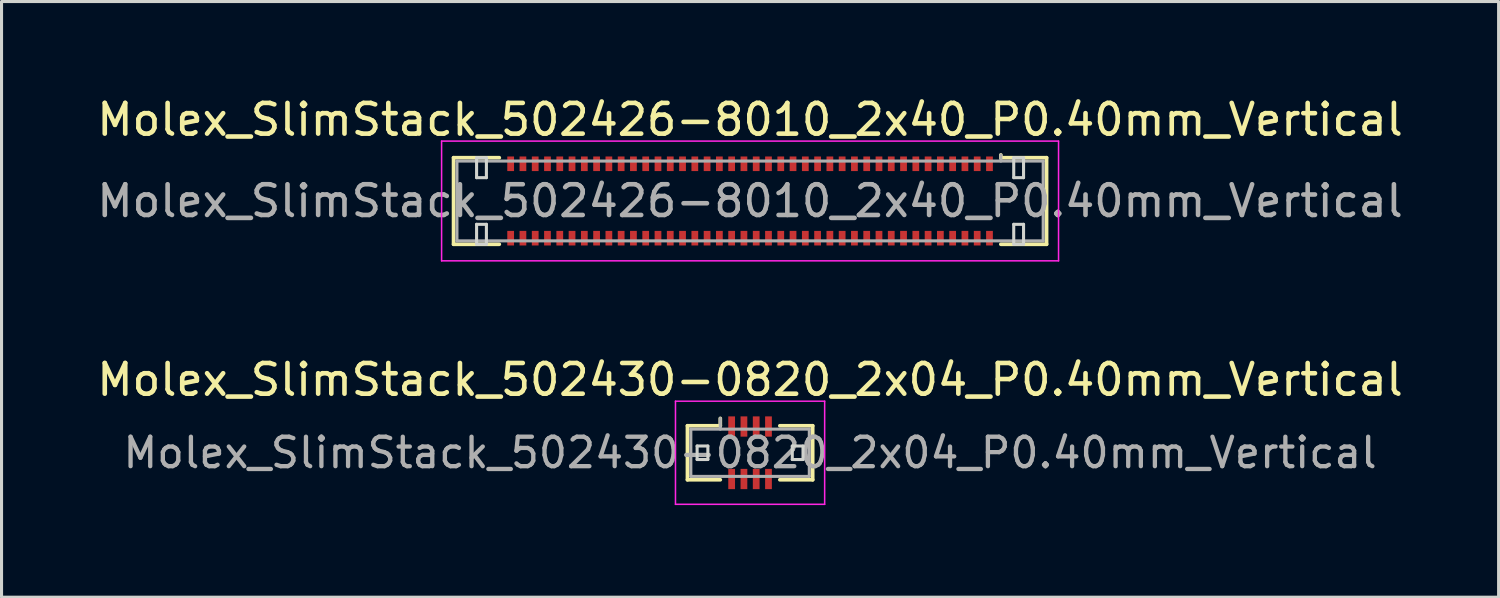
<source format=kicad_pcb>
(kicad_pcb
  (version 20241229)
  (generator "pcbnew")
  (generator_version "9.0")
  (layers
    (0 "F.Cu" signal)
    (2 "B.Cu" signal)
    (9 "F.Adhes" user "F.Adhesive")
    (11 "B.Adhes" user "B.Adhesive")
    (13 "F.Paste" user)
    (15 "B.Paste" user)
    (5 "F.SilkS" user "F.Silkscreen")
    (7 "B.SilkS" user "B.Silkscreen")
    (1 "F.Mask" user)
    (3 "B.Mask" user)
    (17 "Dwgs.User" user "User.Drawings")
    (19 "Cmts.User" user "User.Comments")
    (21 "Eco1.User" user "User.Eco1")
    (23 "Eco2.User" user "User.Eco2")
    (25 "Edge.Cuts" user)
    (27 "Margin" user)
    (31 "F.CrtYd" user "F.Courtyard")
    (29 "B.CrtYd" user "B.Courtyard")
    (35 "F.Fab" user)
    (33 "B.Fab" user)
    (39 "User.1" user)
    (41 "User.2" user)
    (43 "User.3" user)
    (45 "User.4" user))
  (footprint "Molex_SlimStack_502426-8010_2x40_P0.40mm_Vertical"
    (layer "F.Cu")
    (at 21.387 3.498)
    (property "Reference" "Molex_SlimStack_502426-8010_2x40_P0.40mm_Vertical" (at 0 -2.65 0) (layer "F.SilkS") (effects (font (size 1 1) (thickness 0.15))))
    (attr smd)
    (fp_line (start -9.66 -1.41) (end -8.17 -1.41) (stroke (width 0.12) (type solid)) (layer "F.SilkS"))
    (fp_line (start -9.66 1.41) (end -9.66 -1.41) (stroke (width 0.12) (type solid)) (layer "F.SilkS"))
    (fp_line (start -8.17 1.41) (end -9.66 1.41) (stroke (width 0.12) (type solid)) (layer "F.SilkS"))
    (fp_line (start 8.17 -1.41) (end 8.17 -1.5) (stroke (width 0.12) (type solid)) (layer "F.SilkS"))
    (fp_line (start 8.17 1.41) (end 9.66 1.41) (stroke (width 0.12) (type solid)) (layer "F.SilkS"))
    (fp_line (start 9.66 -1.41) (end 8.17 -1.41) (stroke (width 0.12) (type solid)) (layer "F.SilkS"))
    (fp_line (start 9.66 1.41) (end 9.66 -1.41) (stroke (width 0.12) (type solid)) (layer "F.SilkS"))
    (fp_line (start -8.91 -1.41) (end -8.91 -0.76) (stroke (width 0.1) (type solid)) (layer "Edge.Cuts"))
    (fp_line (start -8.91 -0.76) (end -8.59 -0.76) (stroke (width 0.1) (type solid)) (layer "Edge.Cuts"))
    (fp_line (start -8.91 0.76) (end -8.91 1.41) (stroke (width 0.1) (type solid)) (layer "Edge.Cuts"))
    (fp_line (start -8.91 1.41) (end -8.59 1.41) (stroke (width 0.1) (type solid)) (layer "Edge.Cuts"))
    (fp_line (start -8.59 -1.41) (end -8.91 -1.41) (stroke (width 0.1) (type solid)) (layer "Edge.Cuts"))
    (fp_line (start -8.59 -0.76) (end -8.59 -1.41) (stroke (width 0.1) (type solid)) (layer "Edge.Cuts"))
    (fp_line (start -8.59 0.76) (end -8.91 0.76) (stroke (width 0.1) (type solid)) (layer "Edge.Cuts"))
    (fp_line (start -8.59 1.41) (end -8.59 0.76) (stroke (width 0.1) (type solid)) (layer "Edge.Cuts"))
    (fp_line (start 8.59 -1.41) (end 8.59 -0.76) (stroke (width 0.1) (type solid)) (layer "Edge.Cuts"))
    (fp_line (start 8.59 -0.76) (end 8.91 -0.76) (stroke (width 0.1) (type solid)) (layer "Edge.Cuts"))
    (fp_line (start 8.59 0.76) (end 8.59 1.41) (stroke (width 0.1) (type solid)) (layer "Edge.Cuts"))
    (fp_line (start 8.59 1.41) (end 8.91 1.41) (stroke (width 0.1) (type solid)) (layer "Edge.Cuts"))
    (fp_line (start 8.91 -1.41) (end 8.59 -1.41) (stroke (width 0.1) (type solid)) (layer "Edge.Cuts"))
    (fp_line (start 8.91 -0.76) (end 8.91 -1.41) (stroke (width 0.1) (type solid)) (layer "Edge.Cuts"))
    (fp_line (start 8.91 0.76) (end 8.59 0.76) (stroke (width 0.1) (type solid)) (layer "Edge.Cuts"))
    (fp_line (start 8.91 1.41) (end 8.91 0.76) (stroke (width 0.1) (type solid)) (layer "Edge.Cuts"))
    (fp_line (start -10.05 -1.95) (end -10.05 1.95) (stroke (width 0.05) (type solid)) (layer "F.CrtYd"))
    (fp_line (start -10.05 1.95) (end 10.05 1.95) (stroke (width 0.05) (type solid)) (layer "F.CrtYd"))
    (fp_line (start 10.05 -1.95) (end -10.05 -1.95) (stroke (width 0.05) (type solid)) (layer "F.CrtYd"))
    (fp_line (start 10.05 1.95) (end 10.05 -1.95) (stroke (width 0.05) (type solid)) (layer "F.CrtYd"))
    (fp_line (start -9.55 -1.3) (end -9.55 1.3) (stroke (width 0.1) (type solid)) (layer "F.Fab"))
    (fp_line (start -9.55 1.3) (end 9.55 1.3) (stroke (width 0.1) (type solid)) (layer "F.Fab"))
    (fp_line (start 8.17 -1.3) (end 8.17 -1.5) (stroke (width 0.1) (type solid)) (layer "F.Fab"))
    (fp_line (start 9.55 -1.3) (end -9.55 -1.3) (stroke (width 0.1) (type solid)) (layer "F.Fab"))
    (fp_line (start 9.55 1.3) (end 9.55 -1.3) (stroke (width 0.1) (type solid)) (layer "F.Fab"))
    (fp_text user "${REFERENCE}" (at 0 0 0) (layer "F.Fab") (effects (font (size 1 1) (thickness 0.15))))
    (pad "1" smd rect (at 7.8 -1.212) (size 0.22 0.475) (layers "F.Cu" "F.Mask" "F.Paste"))
    (pad "2" smd rect (at 7.8 1.212) (size 0.22 0.475) (layers "F.Cu" "F.Mask" "F.Paste"))
    (pad "3" smd rect (at 7.4 -1.212) (size 0.22 0.475) (layers "F.Cu" "F.Mask" "F.Paste"))
    (pad "4" smd rect (at 7.4 1.212) (size 0.22 0.475) (layers "F.Cu" "F.Mask" "F.Paste"))
    (pad "5" smd rect (at 7 -1.212) (size 0.22 0.475) (layers "F.Cu" "F.Mask" "F.Paste"))
    (pad "6" smd rect (at 7 1.212) (size 0.22 0.475) (layers "F.Cu" "F.Mask" "F.Paste"))
    (pad "7" smd rect (at 6.6 -1.212) (size 0.22 0.475) (layers "F.Cu" "F.Mask" "F.Paste"))
    (pad "8" smd rect (at 6.6 1.212) (size 0.22 0.475) (layers "F.Cu" "F.Mask" "F.Paste"))
    (pad "9" smd rect (at 6.2 -1.212) (size 0.22 0.475) (layers "F.Cu" "F.Mask" "F.Paste"))
    (pad "10" smd rect (at 6.2 1.212) (size 0.22 0.475) (layers "F.Cu" "F.Mask" "F.Paste"))
    (pad "11" smd rect (at 5.8 -1.212) (size 0.22 0.475) (layers "F.Cu" "F.Mask" "F.Paste"))
    (pad "12" smd rect (at 5.8 1.212) (size 0.22 0.475) (layers "F.Cu" "F.Mask" "F.Paste"))
    (pad "13" smd rect (at 5.4 -1.212) (size 0.22 0.475) (layers "F.Cu" "F.Mask" "F.Paste"))
    (pad "14" smd rect (at 5.4 1.212) (size 0.22 0.475) (layers "F.Cu" "F.Mask" "F.Paste"))
    (pad "15" smd rect (at 5 -1.212) (size 0.22 0.475) (layers "F.Cu" "F.Mask" "F.Paste"))
    (pad "16" smd rect (at 5 1.212) (size 0.22 0.475) (layers "F.Cu" "F.Mask" "F.Paste"))
    (pad "17" smd rect (at 4.6 -1.212) (size 0.22 0.475) (layers "F.Cu" "F.Mask" "F.Paste"))
    (pad "18" smd rect (at 4.6 1.212) (size 0.22 0.475) (layers "F.Cu" "F.Mask" "F.Paste"))
    (pad "19" smd rect (at 4.2 -1.212) (size 0.22 0.475) (layers "F.Cu" "F.Mask" "F.Paste"))
    (pad "20" smd rect (at 4.2 1.212) (size 0.22 0.475) (layers "F.Cu" "F.Mask" "F.Paste"))
    (pad "21" smd rect (at 3.8 -1.212) (size 0.22 0.475) (layers "F.Cu" "F.Mask" "F.Paste"))
    (pad "22" smd rect (at 3.8 1.212) (size 0.22 0.475) (layers "F.Cu" "F.Mask" "F.Paste"))
    (pad "23" smd rect (at 3.4 -1.212) (size 0.22 0.475) (layers "F.Cu" "F.Mask" "F.Paste"))
    (pad "24" smd rect (at 3.4 1.212) (size 0.22 0.475) (layers "F.Cu" "F.Mask" "F.Paste"))
    (pad "25" smd rect (at 3 -1.212) (size 0.22 0.475) (layers "F.Cu" "F.Mask" "F.Paste"))
    (pad "26" smd rect (at 3 1.212) (size 0.22 0.475) (layers "F.Cu" "F.Mask" "F.Paste"))
    (pad "27" smd rect (at 2.6 -1.212) (size 0.22 0.475) (layers "F.Cu" "F.Mask" "F.Paste"))
    (pad "28" smd rect (at 2.6 1.212) (size 0.22 0.475) (layers "F.Cu" "F.Mask" "F.Paste"))
    (pad "29" smd rect (at 2.2 -1.212) (size 0.22 0.475) (layers "F.Cu" "F.Mask" "F.Paste"))
    (pad "30" smd rect (at 2.2 1.212) (size 0.22 0.475) (layers "F.Cu" "F.Mask" "F.Paste"))
    (pad "31" smd rect (at 1.8 -1.212) (size 0.22 0.475) (layers "F.Cu" "F.Mask" "F.Paste"))
    (pad "32" smd rect (at 1.8 1.212) (size 0.22 0.475) (layers "F.Cu" "F.Mask" "F.Paste"))
    (pad "33" smd rect (at 1.4 -1.212) (size 0.22 0.475) (layers "F.Cu" "F.Mask" "F.Paste"))
    (pad "34" smd rect (at 1.4 1.212) (size 0.22 0.475) (layers "F.Cu" "F.Mask" "F.Paste"))
    (pad "35" smd rect (at 1 -1.212) (size 0.22 0.475) (layers "F.Cu" "F.Mask" "F.Paste"))
    (pad "36" smd rect (at 1 1.212) (size 0.22 0.475) (layers "F.Cu" "F.Mask" "F.Paste"))
    (pad "37" smd rect (at 0.6 -1.212) (size 0.22 0.475) (layers "F.Cu" "F.Mask" "F.Paste"))
    (pad "38" smd rect (at 0.6 1.212) (size 0.22 0.475) (layers "F.Cu" "F.Mask" "F.Paste"))
    (pad "39" smd rect (at 0.2 -1.212) (size 0.22 0.475) (layers "F.Cu" "F.Mask" "F.Paste"))
    (pad "40" smd rect (at 0.2 1.212) (size 0.22 0.475) (layers "F.Cu" "F.Mask" "F.Paste"))
    (pad "41" smd rect (at -0.2 -1.212) (size 0.22 0.475) (layers "F.Cu" "F.Mask" "F.Paste"))
    (pad "42" smd rect (at -0.2 1.212) (size 0.22 0.475) (layers "F.Cu" "F.Mask" "F.Paste"))
    (pad "43" smd rect (at -0.6 -1.212) (size 0.22 0.475) (layers "F.Cu" "F.Mask" "F.Paste"))
    (pad "44" smd rect (at -0.6 1.212) (size 0.22 0.475) (layers "F.Cu" "F.Mask" "F.Paste"))
    (pad "45" smd rect (at -1 -1.212) (size 0.22 0.475) (layers "F.Cu" "F.Mask" "F.Paste"))
    (pad "46" smd rect (at -1 1.212) (size 0.22 0.475) (layers "F.Cu" "F.Mask" "F.Paste"))
    (pad "47" smd rect (at -1.4 -1.212) (size 0.22 0.475) (layers "F.Cu" "F.Mask" "F.Paste"))
    (pad "48" smd rect (at -1.4 1.212) (size 0.22 0.475) (layers "F.Cu" "F.Mask" "F.Paste"))
    (pad "49" smd rect (at -1.8 -1.212) (size 0.22 0.475) (layers "F.Cu" "F.Mask" "F.Paste"))
    (pad "50" smd rect (at -1.8 1.212) (size 0.22 0.475) (layers "F.Cu" "F.Mask" "F.Paste"))
    (pad "51" smd rect (at -2.2 -1.212) (size 0.22 0.475) (layers "F.Cu" "F.Mask" "F.Paste"))
    (pad "52" smd rect (at -2.2 1.212) (size 0.22 0.475) (layers "F.Cu" "F.Mask" "F.Paste"))
    (pad "53" smd rect (at -2.6 -1.212) (size 0.22 0.475) (layers "F.Cu" "F.Mask" "F.Paste"))
    (pad "54" smd rect (at -2.6 1.212) (size 0.22 0.475) (layers "F.Cu" "F.Mask" "F.Paste"))
    (pad "55" smd rect (at -3 -1.212) (size 0.22 0.475) (layers "F.Cu" "F.Mask" "F.Paste"))
    (pad "56" smd rect (at -3 1.212) (size 0.22 0.475) (layers "F.Cu" "F.Mask" "F.Paste"))
    (pad "57" smd rect (at -3.4 -1.212) (size 0.22 0.475) (layers "F.Cu" "F.Mask" "F.Paste"))
    (pad "58" smd rect (at -3.4 1.212) (size 0.22 0.475) (layers "F.Cu" "F.Mask" "F.Paste"))
    (pad "59" smd rect (at -3.8 -1.212) (size 0.22 0.475) (layers "F.Cu" "F.Mask" "F.Paste"))
    (pad "60" smd rect (at -3.8 1.212) (size 0.22 0.475) (layers "F.Cu" "F.Mask" "F.Paste"))
    (pad "61" smd rect (at -4.2 -1.212) (size 0.22 0.475) (layers "F.Cu" "F.Mask" "F.Paste"))
    (pad "62" smd rect (at -4.2 1.212) (size 0.22 0.475) (layers "F.Cu" "F.Mask" "F.Paste"))
    (pad "63" smd rect (at -4.6 -1.212) (size 0.22 0.475) (layers "F.Cu" "F.Mask" "F.Paste"))
    (pad "64" smd rect (at -4.6 1.212) (size 0.22 0.475) (layers "F.Cu" "F.Mask" "F.Paste"))
    (pad "65" smd rect (at -5 -1.212) (size 0.22 0.475) (layers "F.Cu" "F.Mask" "F.Paste"))
    (pad "66" smd rect (at -5 1.212) (size 0.22 0.475) (layers "F.Cu" "F.Mask" "F.Paste"))
    (pad "67" smd rect (at -5.4 -1.212) (size 0.22 0.475) (layers "F.Cu" "F.Mask" "F.Paste"))
    (pad "68" smd rect (at -5.4 1.212) (size 0.22 0.475) (layers "F.Cu" "F.Mask" "F.Paste"))
    (pad "69" smd rect (at -5.8 -1.212) (size 0.22 0.475) (layers "F.Cu" "F.Mask" "F.Paste"))
    (pad "70" smd rect (at -5.8 1.212) (size 0.22 0.475) (layers "F.Cu" "F.Mask" "F.Paste"))
    (pad "71" smd rect (at -6.2 -1.212) (size 0.22 0.475) (layers "F.Cu" "F.Mask" "F.Paste"))
    (pad "72" smd rect (at -6.2 1.212) (size 0.22 0.475) (layers "F.Cu" "F.Mask" "F.Paste"))
    (pad "73" smd rect (at -6.6 -1.212) (size 0.22 0.475) (layers "F.Cu" "F.Mask" "F.Paste"))
    (pad "74" smd rect (at -6.6 1.212) (size 0.22 0.475) (layers "F.Cu" "F.Mask" "F.Paste"))
    (pad "75" smd rect (at -7 -1.212) (size 0.22 0.475) (layers "F.Cu" "F.Mask" "F.Paste"))
    (pad "76" smd rect (at -7 1.212) (size 0.22 0.475) (layers "F.Cu" "F.Mask" "F.Paste"))
    (pad "77" smd rect (at -7.4 -1.212) (size 0.22 0.475) (layers "F.Cu" "F.Mask" "F.Paste"))
    (pad "78" smd rect (at -7.4 1.212) (size 0.22 0.475) (layers "F.Cu" "F.Mask" "F.Paste"))
    (pad "79" smd rect (at -7.8 -1.212) (size 0.22 0.475) (layers "F.Cu" "F.Mask" "F.Paste"))
    (pad "80" smd rect (at -7.8 1.212) (size 0.22 0.475) (layers "F.Cu" "F.Mask" "F.Paste")))
  (footprint "Molex_SlimStack_502430-0820_2x04_P0.40mm_Vertical"
    (layer "F.Cu")
    (at 21.387 11.701)
    (property "Reference" "Molex_SlimStack_502430-0820_2x04_P0.40mm_Vertical" (at 0 -2.38 0) (layer "F.SilkS") (effects (font (size 1 1) (thickness 0.15))))
    (attr smd)
    (fp_line (start -2.04 -0.88) (end -0.97 -0.88) (stroke (width 0.12) (type solid)) (layer "F.SilkS"))
    (fp_line (start -2.04 0.88) (end -2.04 -0.88) (stroke (width 0.12) (type solid)) (layer "F.SilkS"))
    (fp_line (start -0.97 -0.88) (end -0.97 -1.12) (stroke (width 0.12) (type solid)) (layer "F.SilkS"))
    (fp_line (start -0.97 0.88) (end -2.04 0.88) (stroke (width 0.12) (type solid)) (layer "F.SilkS"))
    (fp_line (start 0.97 0.88) (end 2.04 0.88) (stroke (width 0.12) (type solid)) (layer "F.SilkS"))
    (fp_line (start 2.04 -0.88) (end 0.97 -0.88) (stroke (width 0.12) (type solid)) (layer "F.SilkS"))
    (fp_line (start 2.04 0.88) (end 2.04 -0.88) (stroke (width 0.12) (type solid)) (layer "F.SilkS"))
    (fp_line (start -1.725 -0.22) (end -1.725 0.22) (stroke (width 0.1) (type solid)) (layer "Edge.Cuts"))
    (fp_line (start -1.725 0.22) (end -1.375 0.22) (stroke (width 0.1) (type solid)) (layer "Edge.Cuts"))
    (fp_line (start -1.375 -0.22) (end -1.725 -0.22) (stroke (width 0.1) (type solid)) (layer "Edge.Cuts"))
    (fp_line (start -1.375 0.22) (end -1.375 -0.22) (stroke (width 0.1) (type solid)) (layer "Edge.Cuts"))
    (fp_line (start 1.375 -0.22) (end 1.375 0.22) (stroke (width 0.1) (type solid)) (layer "Edge.Cuts"))
    (fp_line (start 1.375 0.22) (end 1.725 0.22) (stroke (width 0.1) (type solid)) (layer "Edge.Cuts"))
    (fp_line (start 1.725 -0.22) (end 1.375 -0.22) (stroke (width 0.1) (type solid)) (layer "Edge.Cuts"))
    (fp_line (start 1.725 0.22) (end 1.725 -0.22) (stroke (width 0.1) (type solid)) (layer "Edge.Cuts"))
    (fp_line (start -2.43 -1.68) (end -2.43 1.68) (stroke (width 0.05) (type solid)) (layer "F.CrtYd"))
    (fp_line (start -2.43 1.68) (end 2.43 1.68) (stroke (width 0.05) (type solid)) (layer "F.CrtYd"))
    (fp_line (start 2.43 -1.68) (end -2.43 -1.68) (stroke (width 0.05) (type solid)) (layer "F.CrtYd"))
    (fp_line (start 2.43 1.68) (end 2.43 -1.68) (stroke (width 0.05) (type solid)) (layer "F.CrtYd"))
    (fp_line (start -1.93 -0.77) (end -1.93 0.77) (stroke (width 0.1) (type solid)) (layer "F.Fab"))
    (fp_line (start -1.93 0.77) (end 1.93 0.77) (stroke (width 0.1) (type solid)) (layer "F.Fab"))
    (fp_line (start -0.97 -0.77) (end -0.97 -1.12) (stroke (width 0.1) (type solid)) (layer "F.Fab"))
    (fp_line (start 1.93 -0.77) (end -1.93 -0.77) (stroke (width 0.1) (type solid)) (layer "F.Fab"))
    (fp_line (start 1.93 0.77) (end 1.93 -0.77) (stroke (width 0.1) (type solid)) (layer "F.Fab"))
    (fp_text user "${REFERENCE}" (at 0 0 0) (layer "F.Fab") (effects (font (size 0.96 0.96) (thickness 0.14))))
    (pad "1" smd rect (at -0.6 -0.855) (size 0.22 0.66) (layers "F.Cu" "F.Mask" "F.Paste"))
    (pad "2" smd rect (at -0.6 0.855) (size 0.22 0.66) (layers "F.Cu" "F.Mask" "F.Paste"))
    (pad "3" smd rect (at -0.2 -0.855) (size 0.22 0.66) (layers "F.Cu" "F.Mask" "F.Paste"))
    (pad "4" smd rect (at -0.2 0.855) (size 0.22 0.66) (layers "F.Cu" "F.Mask" "F.Paste"))
    (pad "5" smd rect (at 0.2 -0.855) (size 0.22 0.66) (layers "F.Cu" "F.Mask" "F.Paste"))
    (pad "6" smd rect (at 0.2 0.855) (size 0.22 0.66) (layers "F.Cu" "F.Mask" "F.Paste"))
    (pad "7" smd rect (at 0.6 -0.855) (size 0.22 0.66) (layers "F.Cu" "F.Mask" "F.Paste"))
    (pad "8" smd rect (at 0.6 0.855) (size 0.22 0.66) (layers "F.Cu" "F.Mask" "F.Paste")))
  (gr_rect
    (start -3 -3)
    (end 45.774 16.407)
    (stroke (width 0.1) (type default))
    (fill no)
    (layer "Edge.Cuts")))
</source>
